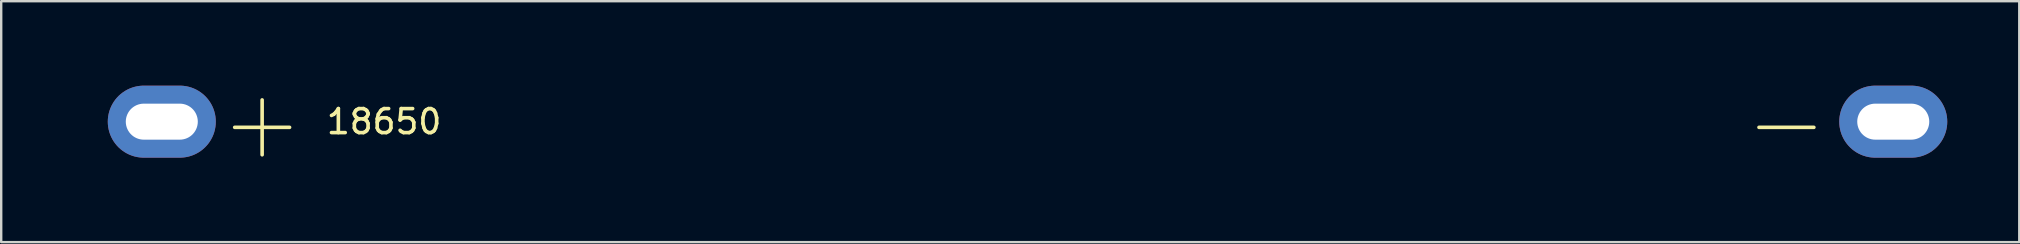
<source format=kicad_pcb>
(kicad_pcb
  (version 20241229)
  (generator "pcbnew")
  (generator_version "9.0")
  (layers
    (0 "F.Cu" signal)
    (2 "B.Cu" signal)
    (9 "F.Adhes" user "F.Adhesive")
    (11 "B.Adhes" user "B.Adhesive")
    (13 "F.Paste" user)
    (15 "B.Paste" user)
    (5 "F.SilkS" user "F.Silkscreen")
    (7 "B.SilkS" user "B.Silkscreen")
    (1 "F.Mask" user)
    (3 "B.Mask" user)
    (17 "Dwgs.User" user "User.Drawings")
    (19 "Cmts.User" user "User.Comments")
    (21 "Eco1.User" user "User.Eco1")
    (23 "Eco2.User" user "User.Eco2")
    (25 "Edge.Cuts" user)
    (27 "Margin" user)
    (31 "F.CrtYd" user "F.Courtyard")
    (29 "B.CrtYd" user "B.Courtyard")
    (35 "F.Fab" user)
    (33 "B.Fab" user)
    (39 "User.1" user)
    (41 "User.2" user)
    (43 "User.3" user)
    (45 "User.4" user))
  (footprint "18650"
    (layer "F.Cu")
    (at 0.25 2.018)
    (property "Reference" "18650" (at 12.7 0 0) (layer "F.SilkS") (effects (font (size 1 1) (thickness 0.15))))
    (attr through_hole)
    (fp_text user "+" (at 7.62 0 0) (unlocked yes) (layer "F.SilkS") (effects (font (size 3 3) (thickness 0.15))))
    (fp_text user "-" (at 71.12 0 0) (unlocked yes) (layer "F.SilkS") (effects (font (size 3 3) (thickness 0.15))))
    (pad "1" thru_hole oval (at 3.44 0) (size 4.5 3) (drill oval 3 1.5) (layers "*.Cu" "*.Mask"))
    (pad "2" thru_hole oval (at 75.57 0) (size 4.5 3) (drill oval 3 1.5) (layers "*.Cu" "*.Mask")))
  (gr_rect
    (start -3 -3)
    (end 81.07 7.037)
    (stroke (width 0.1) (type default))
    (fill no)
    (layer "Edge.Cuts")))
</source>
